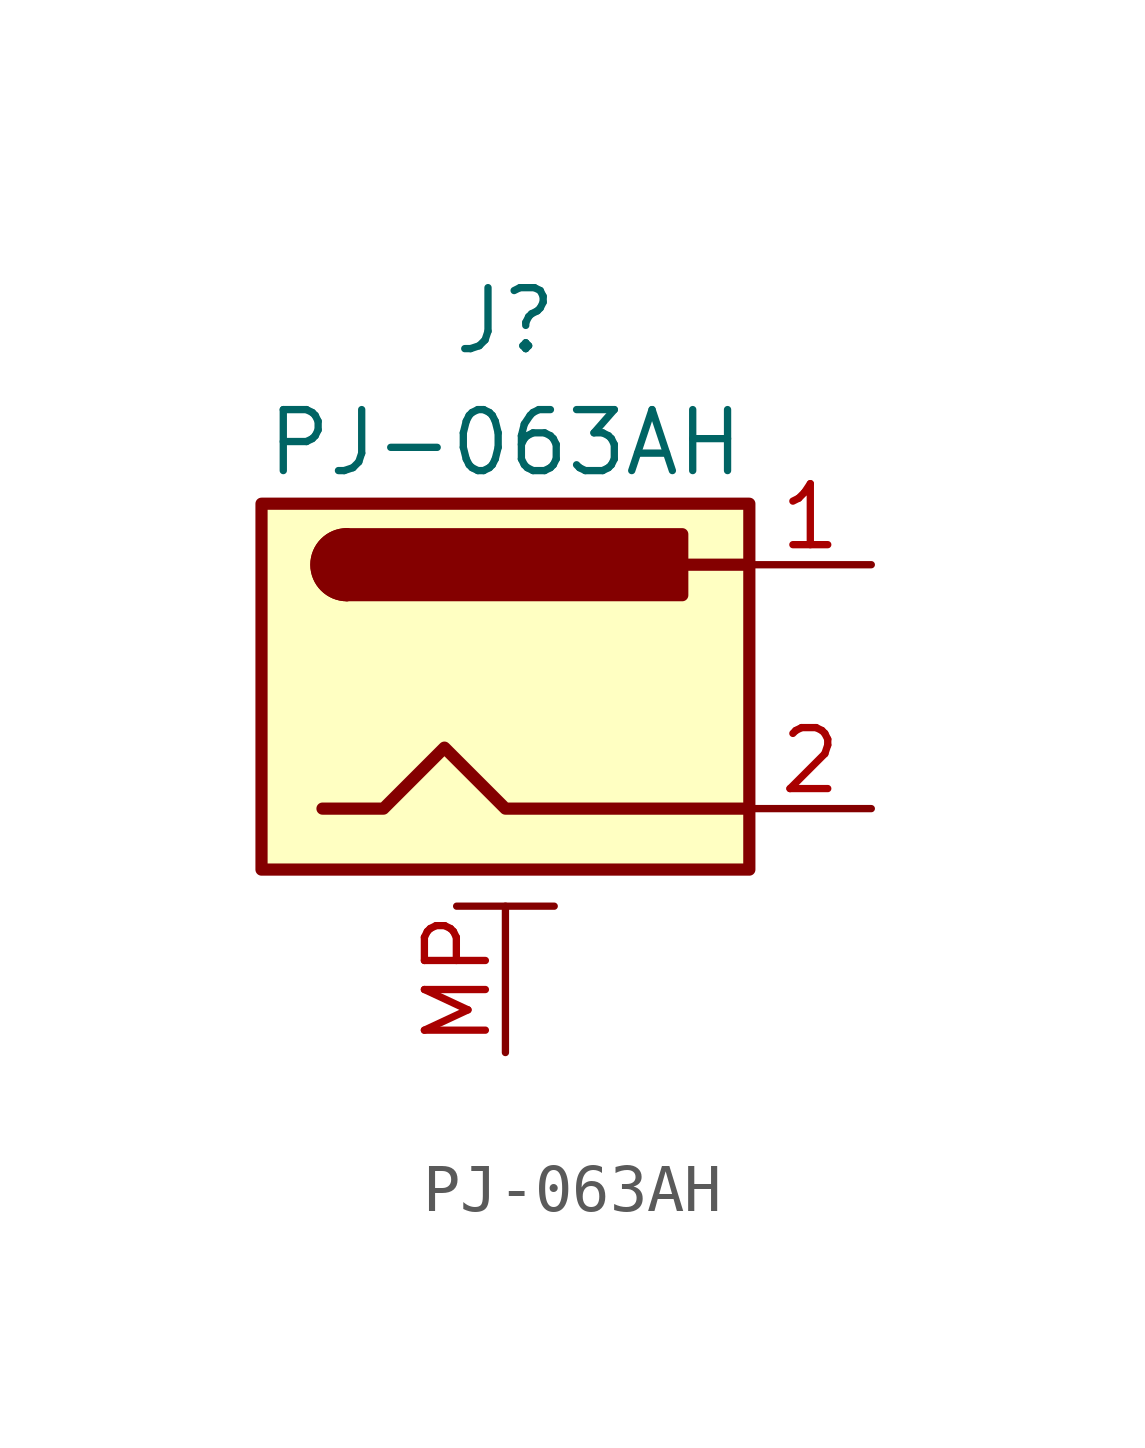
<source format=kicad_sym>
(kicad_symbol_lib
  (version 20220914)
  (generator kicad_symbol_editor)
  (symbol "PJ-063AH"
    (pin_names hide)
    (property "Reference" "J"
      (at 0 7.62 0)
      (effects (font (size 1.27 1.27))))
    (property "Value" "PJ-063AH"
      (at 0 5.08 0)
      (effects (font (size 1.27 1.27))))
    (symbol "PJ-063AH_0_1"
      (rectangle (start -5.08 3.81) (end 5.08 -3.81) (stroke (width 0.254) (type default)) (fill (type background)))
      (arc (start -3.302 3.175) (mid -3.9343 2.54) (end -3.302 1.905) (stroke (width 0.254) (type default)) (fill (type none)))
      (arc (start -3.302 3.175) (mid -3.9343 2.54) (end -3.302 1.905) (stroke (width 0.254) (type default)) (fill (type outline)))
      (polyline (pts (xy 5.08 2.54) (xy 3.81 2.54)) (stroke (width 0.254) (type default)) (fill (type none)))
      (polyline (pts (xy -3.81 -2.54) (xy -2.54 -2.54) (xy -1.27 -1.27) (xy 0 -2.54) (xy 2.54 -2.54) (xy 5.08 -2.54)) (stroke (width 0.254) (type default)) (fill (type none)))
      (rectangle (start 3.683 3.175) (end -3.302 1.905) (stroke (width 0.254) (type default)) (fill (type outline))))
    (symbol "PJ-063AH_1_1"
      (polyline (pts (xy -1.016 -4.572) (xy 1.016 -4.572)) (stroke (width 0.152) (type default)) (fill (type none)))
      (pin passive line (at 7.62 2.54 180) (length 2.54) (name "~" (effects (font (size 1.27 1.27)))) (number "1" (effects (font (size 1.27 1.27)))))
      (pin passive line (at 7.62 -2.54 180) (length 2.54) (name "~" (effects (font (size 1.27 1.27)))) (number "2" (effects (font (size 1.27 1.27)))))
      (pin passive line (at 0 -7.62 90) (length 3.048) (name "MountPin" (effects (font (size 1.27 1.27)))) (number "MP" (effects (font (size 1.27 1.27))))))))
</source>
